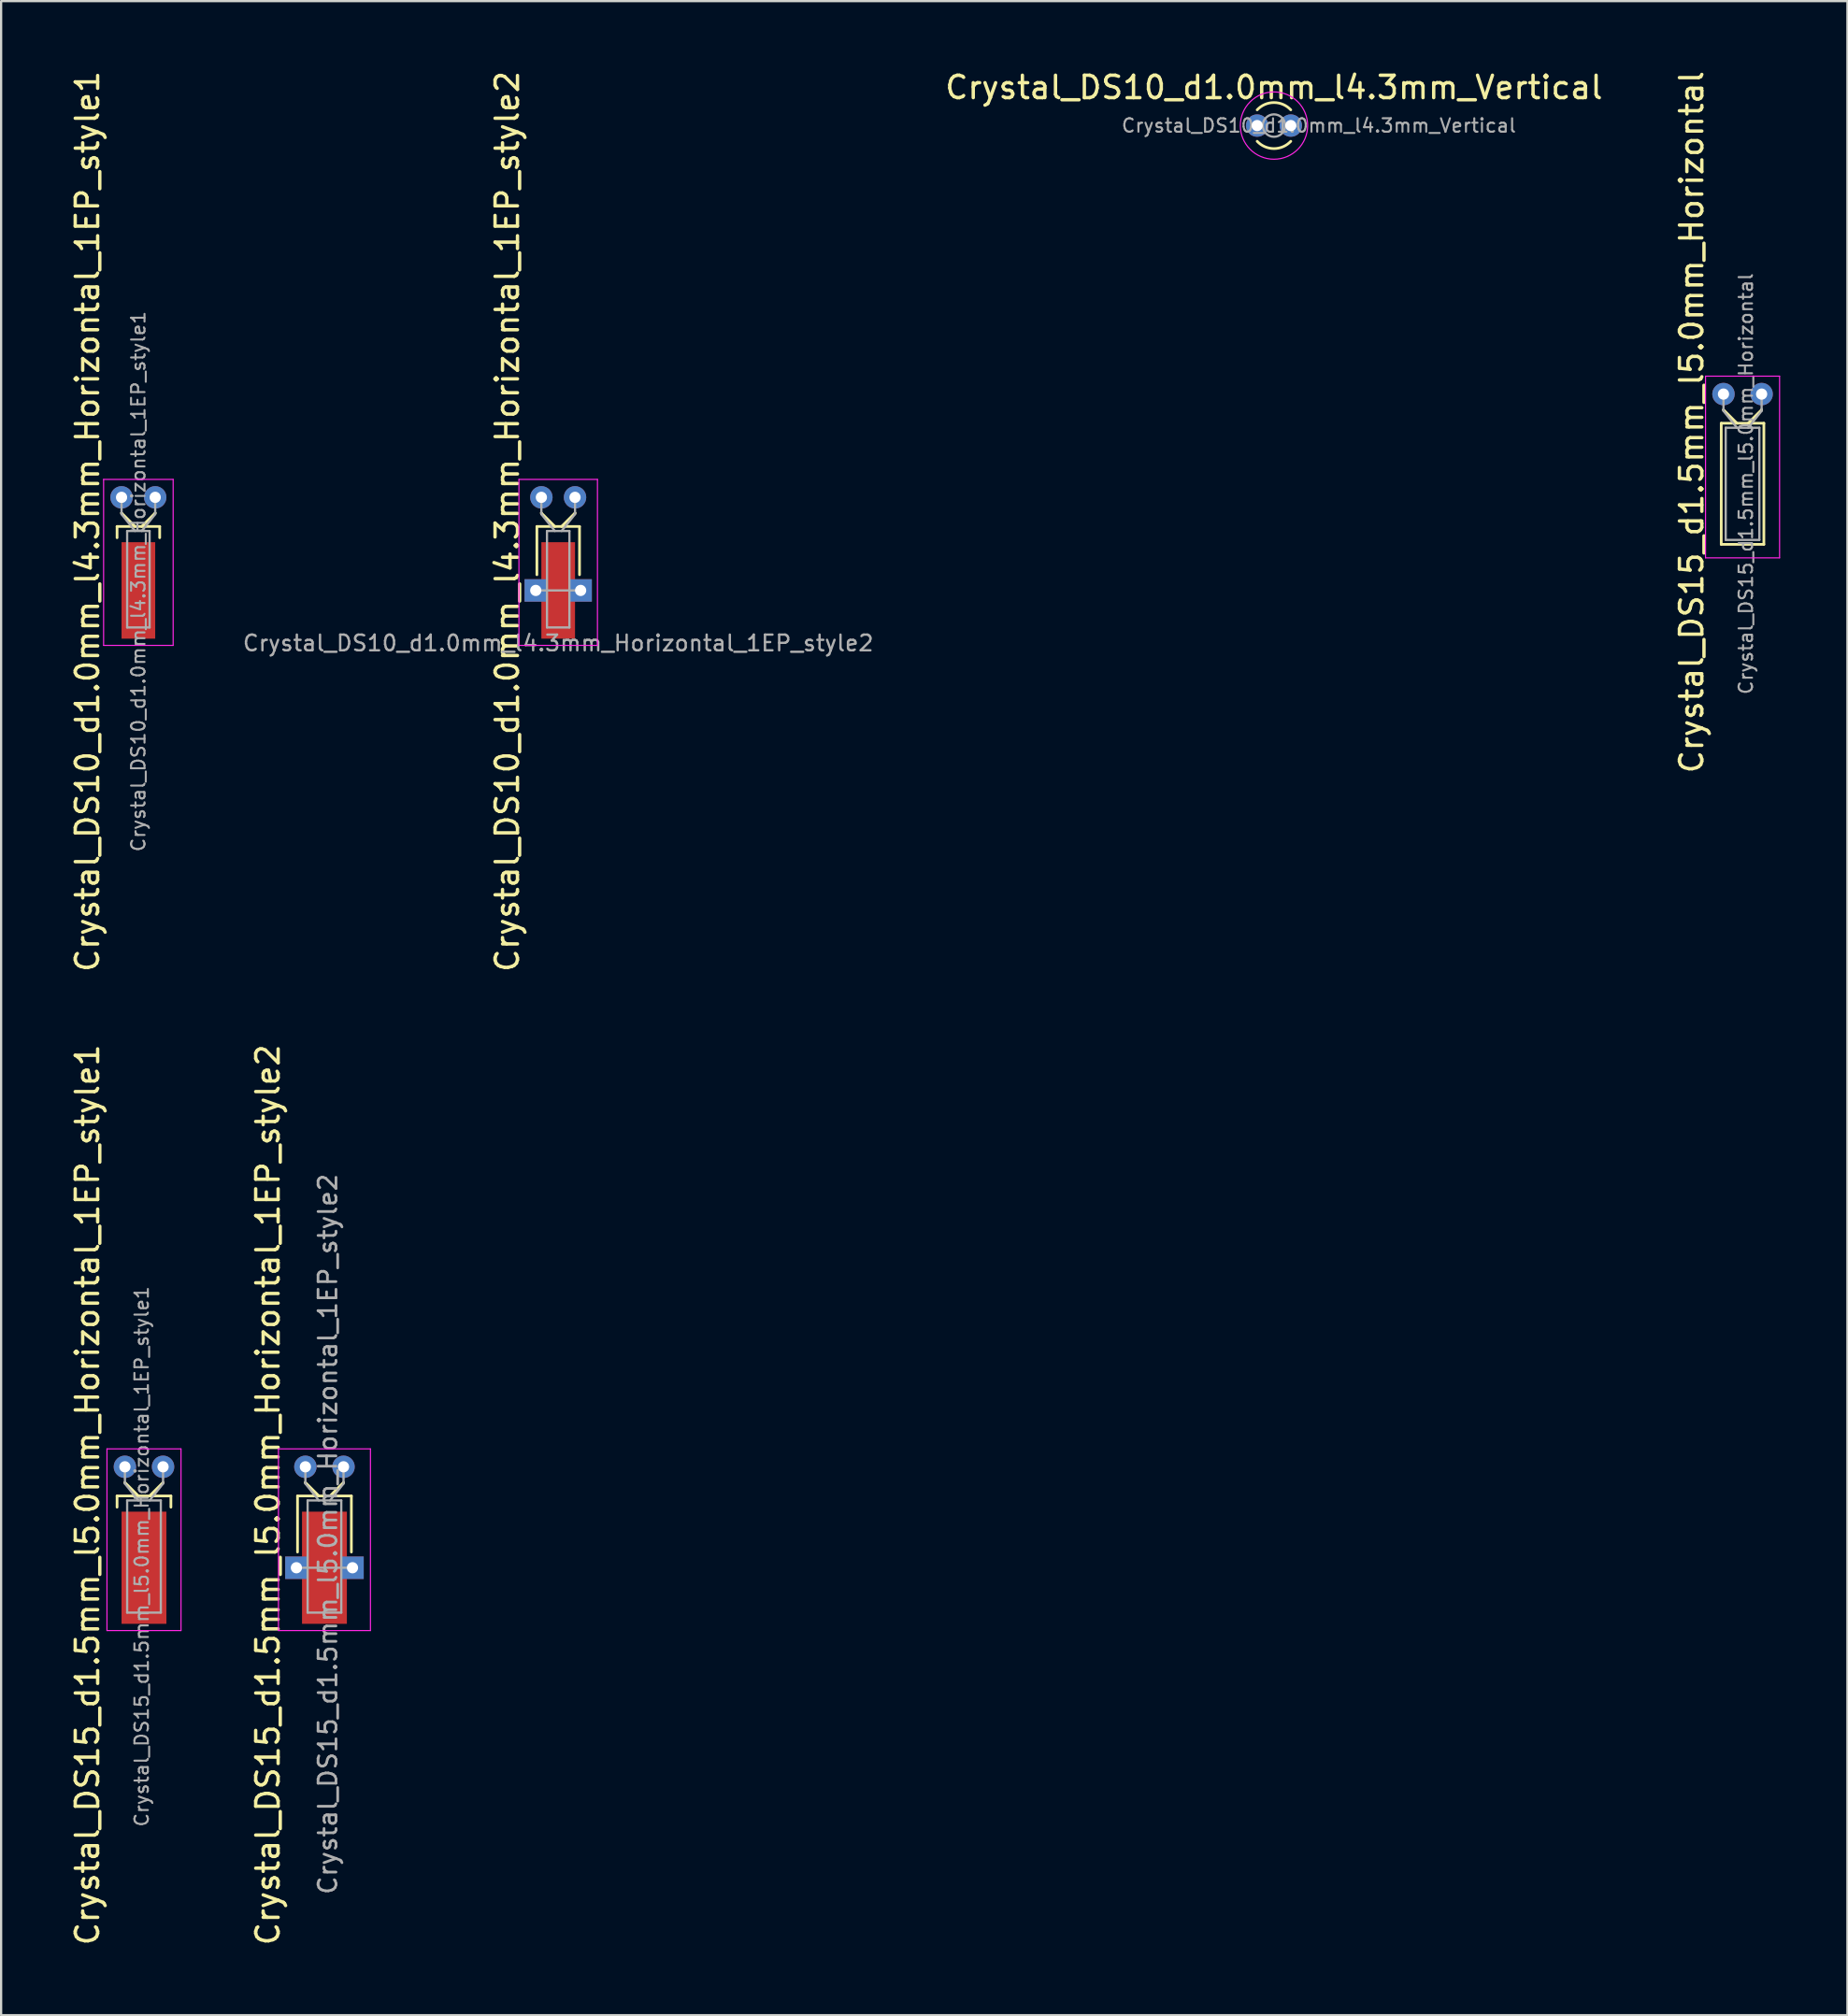
<source format=kicad_pcb>
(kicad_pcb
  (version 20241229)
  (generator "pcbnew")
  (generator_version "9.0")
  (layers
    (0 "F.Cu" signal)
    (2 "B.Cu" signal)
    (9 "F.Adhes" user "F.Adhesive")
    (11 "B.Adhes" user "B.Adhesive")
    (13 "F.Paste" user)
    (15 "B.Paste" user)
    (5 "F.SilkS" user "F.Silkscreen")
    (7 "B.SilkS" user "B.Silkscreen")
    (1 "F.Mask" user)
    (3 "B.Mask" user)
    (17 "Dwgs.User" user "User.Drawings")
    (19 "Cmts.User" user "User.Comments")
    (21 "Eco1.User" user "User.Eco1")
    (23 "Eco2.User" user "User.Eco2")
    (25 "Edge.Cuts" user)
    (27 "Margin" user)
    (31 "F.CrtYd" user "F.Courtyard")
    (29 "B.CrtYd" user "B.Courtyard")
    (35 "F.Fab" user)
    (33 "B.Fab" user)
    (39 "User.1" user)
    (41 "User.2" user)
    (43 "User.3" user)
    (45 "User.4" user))
  (footprint "Crystal_DS10_d1.0mm_l4.3mm_Horizontal_1EP_style2"
    (layer "F.Cu")
    (at 21.081 19.121)
    (property "Reference" "Crystal_DS10_d1.0mm_l4.3mm_Horizontal_1EP_style2" (at -1.52 1.075 90) (layer "F.SilkS") (effects (font (size 1 1) (thickness 0.15))))
    (attr through_hole)
    (fp_line (start -0.2 1.3) (end 1.7 1.3) (stroke (width 0.12) (type solid)) (layer "F.SilkS"))
    (fp_line (start -0.2 3.45) (end -0.2 1.3) (stroke (width 0.12) (type solid)) (layer "F.SilkS"))
    (fp_line (start 0 0.7) (end 0 0.7) (stroke (width 0.12) (type solid)) (layer "F.SilkS"))
    (fp_line (start 0.6 1.3) (end 0 0.7) (stroke (width 0.12) (type solid)) (layer "F.SilkS"))
    (fp_line (start 0.9 1.3) (end 1.5 0.7) (stroke (width 0.12) (type solid)) (layer "F.SilkS"))
    (fp_line (start 1.5 0.7) (end 1.5 0.7) (stroke (width 0.12) (type solid)) (layer "F.SilkS"))
    (fp_line (start 1.7 1.3) (end 1.7 3.45) (stroke (width 0.12) (type solid)) (layer "F.SilkS"))
    (fp_line (start -1 -0.8) (end -1 6.6) (stroke (width 0.05) (type solid)) (layer "F.CrtYd"))
    (fp_line (start -1 6.6) (end 2.5 6.6) (stroke (width 0.05) (type solid)) (layer "F.CrtYd"))
    (fp_line (start 2.5 -0.8) (end -1 -0.8) (stroke (width 0.05) (type solid)) (layer "F.CrtYd"))
    (fp_line (start 2.5 6.6) (end 2.5 -0.8) (stroke (width 0.05) (type solid)) (layer "F.CrtYd"))
    (fp_line (start -0.25 4.15) (end 1.75 4.15) (stroke (width 0.1) (type solid)) (layer "F.Fab"))
    (fp_line (start 0 0.75) (end 0 0) (stroke (width 0.1) (type solid)) (layer "F.Fab"))
    (fp_line (start 0.25 1.5) (end 0.25 5.8) (stroke (width 0.1) (type solid)) (layer "F.Fab"))
    (fp_line (start 0.25 5.8) (end 1.25 5.8) (stroke (width 0.1) (type solid)) (layer "F.Fab"))
    (fp_line (start 0.6 1.5) (end 0 0.75) (stroke (width 0.1) (type solid)) (layer "F.Fab"))
    (fp_line (start 0.9 1.5) (end 1.5 0.75) (stroke (width 0.1) (type solid)) (layer "F.Fab"))
    (fp_line (start 1.25 1.5) (end 0.25 1.5) (stroke (width 0.1) (type solid)) (layer "F.Fab"))
    (fp_line (start 1.25 5.8) (end 1.25 1.5) (stroke (width 0.1) (type solid)) (layer "F.Fab"))
    (fp_line (start 1.5 0.75) (end 1.5 0) (stroke (width 0.1) (type solid)) (layer "F.Fab"))
    (fp_text user "${REFERENCE}" (at 0.75 6.5 180) (layer "F.Fab") (effects (font (size 0.7 0.7) (thickness 0.105))))
    (pad "1" thru_hole circle (at 0 0) (size 1 1) (drill 0.5) (layers "*.Cu" "*.Mask"))
    (pad "2" thru_hole circle (at 1.5 0) (size 1 1) (drill 0.5) (layers "*.Cu" "*.Mask"))
    (pad "3" thru_hole rect (at -0.25 4.15) (size 1 1) (drill 0.5) (layers "*.Cu" "*.Mask"))
    (pad "3" smd rect (at 0.75 4.15) (size 1.5 4.3) (layers "F.Cu" "F.Mask" "F.Paste"))
    (pad "3" thru_hole rect (at 1.75 4.15) (size 1 1) (drill 0.5) (layers "*.Cu" "*.Mask")))
  (footprint "Crystal_DS10_d1.0mm_l4.3mm_Vertical"
    (layer "F.Cu")
    (at 52.986 2.548)
    (property "Reference" "Crystal_DS10_d1.0mm_l4.3mm_Vertical" (at 0.75 -1.7 0) (layer "F.SilkS") (effects (font (size 1 1) (thickness 0.15))))
    (attr through_hole)
    (fp_arc (start 0 -0.7) (mid 0.749553 -1.025914) (end 1.49939 -0.700653) (stroke (width 0.12) (type solid)) (layer "F.SilkS"))
    (fp_arc (start 1.49939 0.700653) (mid 0.749553 1.025914) (end 0 0.7) (stroke (width 0.12) (type solid)) (layer "F.SilkS"))
    (fp_circle (center 0.75 0) (end 2.25 0) (stroke (width 0.05) (type solid)) (fill no) (layer "F.CrtYd"))
    (fp_circle (center 0.75 0) (end 1.25 0) (stroke (width 0.1) (type solid)) (fill no) (layer "F.Fab"))
    (fp_text user "${REFERENCE}" (at 2.75 0 0) (layer "F.Fab") (effects (font (size 0.6 0.6) (thickness 0.09))))
    (pad "1" thru_hole circle (at 0 0) (size 1 1) (drill 0.5) (layers "*.Cu" "*.Mask"))
    (pad "2" thru_hole circle (at 1.5 0) (size 1 1) (drill 0.5) (layers "*.Cu" "*.Mask")))
  (footprint "Crystal_DS10_d1.0mm_l4.3mm_Horizontal_1EP_style1"
    (layer "F.Cu")
    (at 2.368 19.121)
    (property "Reference" "Crystal_DS10_d1.0mm_l4.3mm_Horizontal_1EP_style1" (at -1.52 1.075 90) (layer "F.SilkS") (effects (font (size 1 1) (thickness 0.15))))
    (attr through_hole)
    (fp_line (start -0.2 1.3) (end 1.7 1.3) (stroke (width 0.12) (type solid)) (layer "F.SilkS"))
    (fp_line (start -0.2 1.8) (end -0.2 1.3) (stroke (width 0.12) (type solid)) (layer "F.SilkS"))
    (fp_line (start 0 0.7) (end 0 0.7) (stroke (width 0.12) (type solid)) (layer "F.SilkS"))
    (fp_line (start 0.6 1.3) (end 0 0.7) (stroke (width 0.12) (type solid)) (layer "F.SilkS"))
    (fp_line (start 0.9 1.3) (end 1.5 0.7) (stroke (width 0.12) (type solid)) (layer "F.SilkS"))
    (fp_line (start 1.5 0.7) (end 1.5 0.7) (stroke (width 0.12) (type solid)) (layer "F.SilkS"))
    (fp_line (start 1.7 1.3) (end 1.7 1.8) (stroke (width 0.12) (type solid)) (layer "F.SilkS"))
    (fp_line (start -0.8 -0.8) (end -0.8 6.6) (stroke (width 0.05) (type solid)) (layer "F.CrtYd"))
    (fp_line (start -0.8 6.6) (end 2.3 6.6) (stroke (width 0.05) (type solid)) (layer "F.CrtYd"))
    (fp_line (start 2.3 -0.8) (end -0.8 -0.8) (stroke (width 0.05) (type solid)) (layer "F.CrtYd"))
    (fp_line (start 2.3 6.6) (end 2.3 -0.8) (stroke (width 0.05) (type solid)) (layer "F.CrtYd"))
    (fp_line (start 0 0.75) (end 0 0) (stroke (width 0.1) (type solid)) (layer "F.Fab"))
    (fp_line (start 0.25 1.5) (end 0.25 5.8) (stroke (width 0.1) (type solid)) (layer "F.Fab"))
    (fp_line (start 0.25 5.8) (end 1.25 5.8) (stroke (width 0.1) (type solid)) (layer "F.Fab"))
    (fp_line (start 0.6 1.5) (end 0 0.75) (stroke (width 0.1) (type solid)) (layer "F.Fab"))
    (fp_line (start 0.9 1.5) (end 1.5 0.75) (stroke (width 0.1) (type solid)) (layer "F.Fab"))
    (fp_line (start 1.25 1.5) (end 0.25 1.5) (stroke (width 0.1) (type solid)) (layer "F.Fab"))
    (fp_line (start 1.25 5.8) (end 1.25 1.5) (stroke (width 0.1) (type solid)) (layer "F.Fab"))
    (fp_line (start 1.5 0.75) (end 1.5 0) (stroke (width 0.1) (type solid)) (layer "F.Fab"))
    (fp_text user "${REFERENCE}" (at 0.75 3.75 90) (layer "F.Fab") (effects (font (size 0.6 0.6) (thickness 0.09))))
    (pad "1" thru_hole circle (at 0 0) (size 1 1) (drill 0.5) (layers "*.Cu" "*.Mask"))
    (pad "2" thru_hole circle (at 1.5 0) (size 1 1) (drill 0.5) (layers "*.Cu" "*.Mask"))
    (pad "3" smd rect (at 0.75 4.15) (size 1.5 4.3) (layers "F.Cu" "F.Mask" "F.Paste")))
  (footprint "Crystal_DS15_d1.5mm_l5.0mm_Horizontal"
    (layer "F.Cu")
    (at 73.772 14.518)
    (property "Reference" "Crystal_DS15_d1.5mm_l5.0mm_Horizontal" (at -1.42 1.25 90) (layer "F.SilkS") (effects (font (size 1 1) (thickness 0.15))))
    (attr through_hole)
    (fp_line (start -0.1 1.3) (end -0.1 6.7) (stroke (width 0.12) (type solid)) (layer "F.SilkS"))
    (fp_line (start -0.1 6.7) (end 1.8 6.7) (stroke (width 0.12) (type solid)) (layer "F.SilkS"))
    (fp_line (start 0 0.7) (end 0 0.7) (stroke (width 0.12) (type solid)) (layer "F.SilkS"))
    (fp_line (start 0.6 1.3) (end 0 0.7) (stroke (width 0.12) (type solid)) (layer "F.SilkS"))
    (fp_line (start 1.1 1.3) (end 1.7 0.7) (stroke (width 0.12) (type solid)) (layer "F.SilkS"))
    (fp_line (start 1.7 0.7) (end 1.7 0.7) (stroke (width 0.12) (type solid)) (layer "F.SilkS"))
    (fp_line (start 1.8 1.3) (end -0.1 1.3) (stroke (width 0.12) (type solid)) (layer "F.SilkS"))
    (fp_line (start 1.8 6.7) (end 1.8 1.3) (stroke (width 0.12) (type solid)) (layer "F.SilkS"))
    (fp_line (start -0.8 -0.8) (end -0.8 7.3) (stroke (width 0.05) (type solid)) (layer "F.CrtYd"))
    (fp_line (start -0.8 7.3) (end 2.5 7.3) (stroke (width 0.05) (type solid)) (layer "F.CrtYd"))
    (fp_line (start 2.5 -0.8) (end -0.8 -0.8) (stroke (width 0.05) (type solid)) (layer "F.CrtYd"))
    (fp_line (start 2.5 7.3) (end 2.5 -0.8) (stroke (width 0.05) (type solid)) (layer "F.CrtYd"))
    (fp_line (start 0 0.75) (end 0 0) (stroke (width 0.1) (type solid)) (layer "F.Fab"))
    (fp_line (start 0.1 1.5) (end 0.1 6.5) (stroke (width 0.1) (type solid)) (layer "F.Fab"))
    (fp_line (start 0.1 6.5) (end 1.6 6.5) (stroke (width 0.1) (type solid)) (layer "F.Fab"))
    (fp_line (start 0.6 1.5) (end 0 0.75) (stroke (width 0.1) (type solid)) (layer "F.Fab"))
    (fp_line (start 1.1 1.5) (end 1.7 0.75) (stroke (width 0.1) (type solid)) (layer "F.Fab"))
    (fp_line (start 1.6 1.5) (end 0.1 1.5) (stroke (width 0.1) (type solid)) (layer "F.Fab"))
    (fp_line (start 1.6 6.5) (end 1.6 1.5) (stroke (width 0.1) (type solid)) (layer "F.Fab"))
    (fp_line (start 1.7 0.75) (end 1.7 0) (stroke (width 0.1) (type solid)) (layer "F.Fab"))
    (fp_text user "${REFERENCE}" (at 1 4 90) (layer "F.Fab") (effects (font (size 0.6 0.6) (thickness 0.09))))
    (pad "1" thru_hole circle (at 0 0) (size 1 1) (drill 0.5) (layers "*.Cu" "*.Mask"))
    (pad "2" thru_hole circle (at 1.7 0) (size 1 1) (drill 0.5) (layers "*.Cu" "*.Mask")))
  (footprint "Crystal_DS15_d1.5mm_l5.0mm_Horizontal_1EP_style1"
    (layer "F.Cu")
    (at 2.518 62.339)
    (property "Reference" "Crystal_DS15_d1.5mm_l5.0mm_Horizontal_1EP_style1" (at -1.67 1.25 90) (layer "F.SilkS") (effects (font (size 1 1) (thickness 0.15))))
    (attr through_hole)
    (fp_line (start -0.35 1.3) (end 2.05 1.3) (stroke (width 0.12) (type solid)) (layer "F.SilkS"))
    (fp_line (start -0.35 1.8) (end -0.35 1.3) (stroke (width 0.12) (type solid)) (layer "F.SilkS"))
    (fp_line (start 0 0.7) (end 0 0.7) (stroke (width 0.12) (type solid)) (layer "F.SilkS"))
    (fp_line (start 0.6 1.3) (end 0 0.7) (stroke (width 0.12) (type solid)) (layer "F.SilkS"))
    (fp_line (start 1.1 1.3) (end 1.7 0.7) (stroke (width 0.12) (type solid)) (layer "F.SilkS"))
    (fp_line (start 1.7 0.7) (end 1.7 0.7) (stroke (width 0.12) (type solid)) (layer "F.SilkS"))
    (fp_line (start 2.05 1.3) (end 2.05 1.8) (stroke (width 0.12) (type solid)) (layer "F.SilkS"))
    (fp_line (start -0.8 -0.8) (end -0.8 7.3) (stroke (width 0.05) (type solid)) (layer "F.CrtYd"))
    (fp_line (start -0.8 7.3) (end 2.5 7.3) (stroke (width 0.05) (type solid)) (layer "F.CrtYd"))
    (fp_line (start 2.5 -0.8) (end -0.8 -0.8) (stroke (width 0.05) (type solid)) (layer "F.CrtYd"))
    (fp_line (start 2.5 7.3) (end 2.5 -0.8) (stroke (width 0.05) (type solid)) (layer "F.CrtYd"))
    (fp_line (start 0 0.75) (end 0 0) (stroke (width 0.1) (type solid)) (layer "F.Fab"))
    (fp_line (start 0.1 1.5) (end 0.1 6.5) (stroke (width 0.1) (type solid)) (layer "F.Fab"))
    (fp_line (start 0.1 6.5) (end 1.6 6.5) (stroke (width 0.1) (type solid)) (layer "F.Fab"))
    (fp_line (start 0.6 1.5) (end 0 0.75) (stroke (width 0.1) (type solid)) (layer "F.Fab"))
    (fp_line (start 1.1 1.5) (end 1.7 0.75) (stroke (width 0.1) (type solid)) (layer "F.Fab"))
    (fp_line (start 1.6 1.5) (end 0.1 1.5) (stroke (width 0.1) (type solid)) (layer "F.Fab"))
    (fp_line (start 1.6 6.5) (end 1.6 1.5) (stroke (width 0.1) (type solid)) (layer "F.Fab"))
    (fp_line (start 1.7 0.75) (end 1.7 0) (stroke (width 0.1) (type solid)) (layer "F.Fab"))
    (fp_text user "${REFERENCE}" (at 0.75 4 90) (layer "F.Fab") (effects (font (size 0.6 0.6) (thickness 0.09))))
    (pad "1" thru_hole circle (at 0 0) (size 1 1) (drill 0.5) (layers "*.Cu" "*.Mask"))
    (pad "2" thru_hole circle (at 1.7 0) (size 1 1) (drill 0.5) (layers "*.Cu" "*.Mask"))
    (pad "3" smd rect (at 0.85 4.5) (size 2 5) (layers "F.Cu" "F.Mask" "F.Paste")))
  (footprint "Crystal_DS15_d1.5mm_l5.0mm_Horizontal_1EP_style2"
    (layer "F.Cu")
    (at 10.562 62.339)
    (property "Reference" "Crystal_DS15_d1.5mm_l5.0mm_Horizontal_1EP_style2" (at -1.67 1.25 90) (layer "F.SilkS") (effects (font (size 1 1) (thickness 0.15))))
    (attr through_hole)
    (fp_line (start -0.35 1.3) (end 2.05 1.3) (stroke (width 0.12) (type solid)) (layer "F.SilkS"))
    (fp_line (start -0.35 3.8) (end -0.35 1.3) (stroke (width 0.12) (type solid)) (layer "F.SilkS"))
    (fp_line (start 0 0.7) (end 0 0.7) (stroke (width 0.12) (type solid)) (layer "F.SilkS"))
    (fp_line (start 0.6 1.3) (end 0 0.7) (stroke (width 0.12) (type solid)) (layer "F.SilkS"))
    (fp_line (start 1.1 1.3) (end 1.7 0.7) (stroke (width 0.12) (type solid)) (layer "F.SilkS"))
    (fp_line (start 1.7 0.7) (end 1.7 0.7) (stroke (width 0.12) (type solid)) (layer "F.SilkS"))
    (fp_line (start 2.05 1.3) (end 2.05 3.8) (stroke (width 0.12) (type solid)) (layer "F.SilkS"))
    (fp_line (start -1.2 -0.8) (end -1.2 7.3) (stroke (width 0.05) (type solid)) (layer "F.CrtYd"))
    (fp_line (start -1.2 7.3) (end 2.9 7.3) (stroke (width 0.05) (type solid)) (layer "F.CrtYd"))
    (fp_line (start 2.9 -0.8) (end -1.2 -0.8) (stroke (width 0.05) (type solid)) (layer "F.CrtYd"))
    (fp_line (start 2.9 7.3) (end 2.9 -0.8) (stroke (width 0.05) (type solid)) (layer "F.CrtYd"))
    (fp_line (start -0.4 4.5) (end 2.1 4.5) (stroke (width 0.1) (type solid)) (layer "F.Fab"))
    (fp_line (start 0 0.75) (end 0 0) (stroke (width 0.1) (type solid)) (layer "F.Fab"))
    (fp_line (start 0.1 1.5) (end 0.1 6.5) (stroke (width 0.1) (type solid)) (layer "F.Fab"))
    (fp_line (start 0.1 6.5) (end 1.6 6.5) (stroke (width 0.1) (type solid)) (layer "F.Fab"))
    (fp_line (start 0.6 1.5) (end 0 0.75) (stroke (width 0.1) (type solid)) (layer "F.Fab"))
    (fp_line (start 1.1 1.5) (end 1.7 0.75) (stroke (width 0.1) (type solid)) (layer "F.Fab"))
    (fp_line (start 1.6 1.5) (end 0.1 1.5) (stroke (width 0.1) (type solid)) (layer "F.Fab"))
    (fp_line (start 1.6 6.5) (end 1.6 1.5) (stroke (width 0.1) (type solid)) (layer "F.Fab"))
    (fp_line (start 1.7 0.75) (end 1.7 0) (stroke (width 0.1) (type solid)) (layer "F.Fab"))
    (fp_text user "${REFERENCE}" (at 1 3 90) (layer "F.Fab") (effects (font (size 0.8 0.8) (thickness 0.12))))
    (pad "1" thru_hole circle (at 0 0) (size 1 1) (drill 0.5) (layers "*.Cu" "*.Mask"))
    (pad "2" thru_hole circle (at 1.7 0) (size 1 1) (drill 0.5) (layers "*.Cu" "*.Mask"))
    (pad "3" thru_hole rect (at -0.4 4.5) (size 1 1) (drill 0.5) (layers "*.Cu" "*.Mask"))
    (pad "3" smd rect (at 0.85 4.5) (size 2 5) (layers "F.Cu" "F.Mask" "F.Paste"))
    (pad "3" thru_hole rect (at 2.1 4.5) (size 1 1) (drill 0.5) (layers "*.Cu" "*.Mask")))
  (gr_rect
    (start -3 -3)
    (end 79.297 86.786)
    (stroke (width 0.1) (type default))
    (fill no)
    (layer "Edge.Cuts")))
</source>
